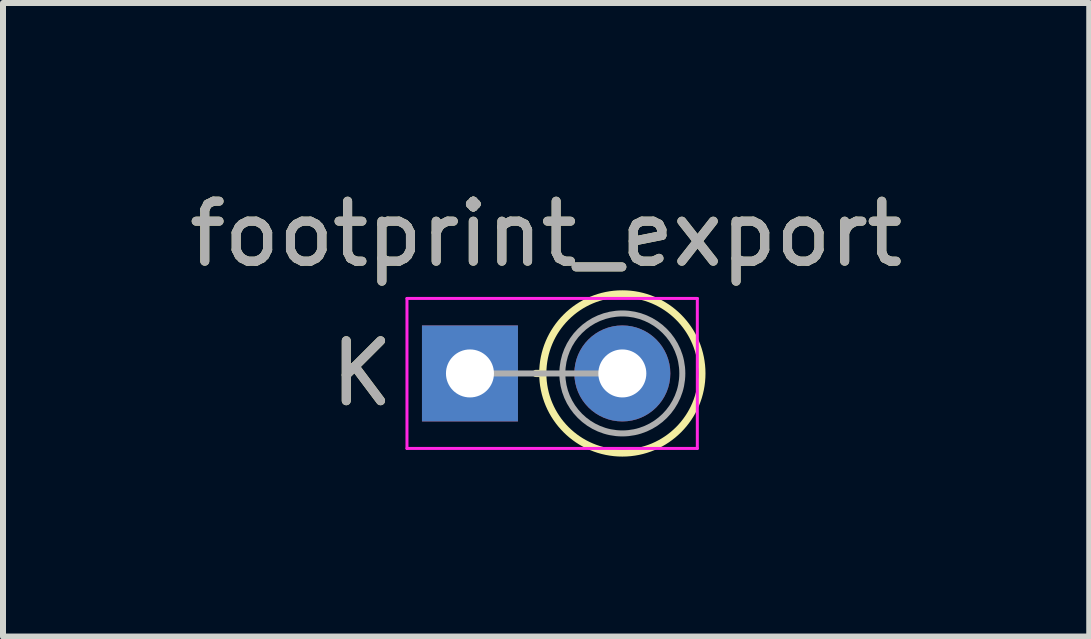
<source format=kicad_pcb>
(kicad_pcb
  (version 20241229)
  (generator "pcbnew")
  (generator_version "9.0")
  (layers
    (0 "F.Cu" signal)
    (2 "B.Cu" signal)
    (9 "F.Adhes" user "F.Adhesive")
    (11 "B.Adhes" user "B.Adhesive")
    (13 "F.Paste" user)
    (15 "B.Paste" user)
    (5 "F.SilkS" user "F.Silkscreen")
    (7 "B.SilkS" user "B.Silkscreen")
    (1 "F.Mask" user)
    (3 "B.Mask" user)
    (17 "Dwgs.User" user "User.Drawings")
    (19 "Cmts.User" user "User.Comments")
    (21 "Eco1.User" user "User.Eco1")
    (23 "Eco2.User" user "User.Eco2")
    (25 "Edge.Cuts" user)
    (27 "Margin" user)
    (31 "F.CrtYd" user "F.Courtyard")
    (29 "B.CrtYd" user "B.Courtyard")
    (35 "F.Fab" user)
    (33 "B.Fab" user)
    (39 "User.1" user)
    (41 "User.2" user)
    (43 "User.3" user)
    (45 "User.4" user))
  (footprint "footprint_export"
    (layer "F.Cu")
    (at 4.784 3.175)
    (property "Reference" "footprint_export" (at 1.27 -2.326 0) (layer "F.SilkS") (effects (font (size 1 1) (thickness 0.15))))
    (attr through_hole)
    (fp_line (start 1.214 0) (end 1.1 0) (stroke (width 0.12) (type solid)) (layer "F.SilkS"))
    (fp_circle (center 2.54 0) (end 3.866 0) (stroke (width 0.12) (type solid)) (fill no) (layer "F.SilkS"))
    (fp_line (start -1.05 -1.25) (end -1.05 1.25) (stroke (width 0.05) (type solid)) (layer "F.CrtYd"))
    (fp_line (start -1.05 1.25) (end 3.79 1.25) (stroke (width 0.05) (type solid)) (layer "F.CrtYd"))
    (fp_line (start 3.79 -1.25) (end -1.05 -1.25) (stroke (width 0.05) (type solid)) (layer "F.CrtYd"))
    (fp_line (start 3.79 1.25) (end 3.79 -1.25) (stroke (width 0.05) (type solid)) (layer "F.CrtYd"))
    (fp_line (start 0 0) (end 2.54 0) (stroke (width 0.1) (type solid)) (layer "F.Fab"))
    (fp_circle (center 2.54 0) (end 3.54 0) (stroke (width 0.1) (type solid)) (fill no) (layer "F.Fab"))
    (fp_text user "K" (at -1.8 0 0) (layer "F.SilkS") (effects (font (size 1 1) (thickness 0.15))))
    (fp_text user "K" (at -1.8 0 0) (layer "F.Fab") (effects (font (size 1 1) (thickness 0.15))))
    (fp_text user "${REFERENCE}" (at 1.27 -2.326 0) (layer "F.Fab") (effects (font (size 1 1) (thickness 0.15))))
    (pad "1" thru_hole rect (at 0 0) (size 1.6 1.6) (drill 0.8) (layers "*.Cu" "*.Mask"))
    (pad "2" thru_hole oval (at 2.54 0) (size 1.6 1.6) (drill 0.8) (layers "*.Cu" "*.Mask")))
  (gr_rect
    (start -3 -3)
    (end 15.107 7.561)
    (stroke (width 0.1) (type default))
    (fill no)
    (layer "Edge.Cuts")))
</source>
